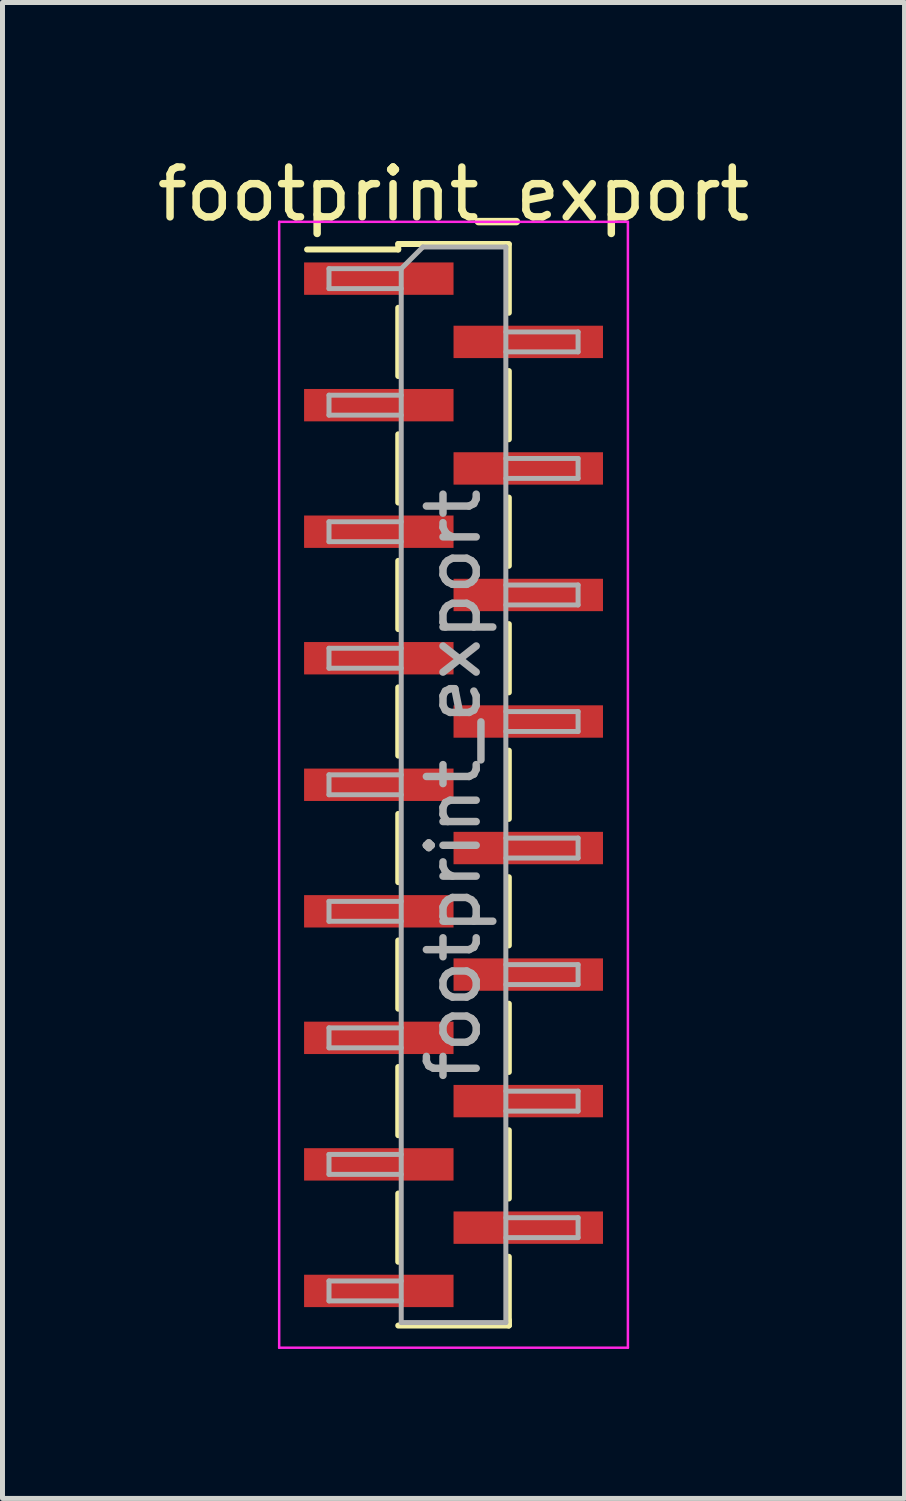
<source format=kicad_pcb>
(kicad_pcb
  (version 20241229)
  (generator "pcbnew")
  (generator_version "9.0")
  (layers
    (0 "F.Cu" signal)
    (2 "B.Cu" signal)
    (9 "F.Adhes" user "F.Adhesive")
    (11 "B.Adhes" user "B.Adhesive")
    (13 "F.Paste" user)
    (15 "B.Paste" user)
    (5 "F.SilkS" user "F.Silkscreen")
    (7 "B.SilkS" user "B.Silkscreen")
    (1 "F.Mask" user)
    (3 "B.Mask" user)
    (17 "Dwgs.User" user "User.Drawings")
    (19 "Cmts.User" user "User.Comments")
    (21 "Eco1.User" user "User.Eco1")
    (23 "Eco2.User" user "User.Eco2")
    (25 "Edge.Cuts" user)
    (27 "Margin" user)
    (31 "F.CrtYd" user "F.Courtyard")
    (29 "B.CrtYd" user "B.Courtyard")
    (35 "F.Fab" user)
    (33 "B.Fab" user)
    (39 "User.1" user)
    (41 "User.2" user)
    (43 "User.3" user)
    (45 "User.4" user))
  (footprint "footprint_export"
    (layer "F.Cu")
    (at 6.054 12.703)
    (property "Reference" "footprint_export" (at 0 -11.855 0) (layer "F.SilkS") (effects (font (size 1 1) (thickness 0.15))))
    (attr smd)
    (fp_line (start -1.11 -10.855) (end -1.11 -10.745) (stroke (width 0.12) (type solid)) (layer "F.SilkS"))
    (fp_line (start -1.11 -10.855) (end 1.11 -10.855) (stroke (width 0.12) (type solid)) (layer "F.SilkS"))
    (fp_line (start -1.11 -10.745) (end -2.94 -10.745) (stroke (width 0.12) (type solid)) (layer "F.SilkS"))
    (fp_line (start -1.11 -9.575) (end -1.11 -8.205) (stroke (width 0.12) (type solid)) (layer "F.SilkS"))
    (fp_line (start -1.11 -7.035) (end -1.11 -5.665) (stroke (width 0.12) (type solid)) (layer "F.SilkS"))
    (fp_line (start -1.11 -4.495) (end -1.11 -3.125) (stroke (width 0.12) (type solid)) (layer "F.SilkS"))
    (fp_line (start -1.11 -1.955) (end -1.11 -0.585) (stroke (width 0.12) (type solid)) (layer "F.SilkS"))
    (fp_line (start -1.11 0.585) (end -1.11 1.955) (stroke (width 0.12) (type solid)) (layer "F.SilkS"))
    (fp_line (start -1.11 3.125) (end -1.11 4.495) (stroke (width 0.12) (type solid)) (layer "F.SilkS"))
    (fp_line (start -1.11 5.665) (end -1.11 7.035) (stroke (width 0.12) (type solid)) (layer "F.SilkS"))
    (fp_line (start -1.11 8.205) (end -1.11 9.575) (stroke (width 0.12) (type solid)) (layer "F.SilkS"))
    (fp_line (start -1.11 10.855) (end 1.11 10.855) (stroke (width 0.12) (type solid)) (layer "F.SilkS"))
    (fp_line (start 1.11 -10.845) (end 1.11 -9.475) (stroke (width 0.12) (type solid)) (layer "F.SilkS"))
    (fp_line (start 1.11 -8.305) (end 1.11 -6.935) (stroke (width 0.12) (type solid)) (layer "F.SilkS"))
    (fp_line (start 1.11 -5.765) (end 1.11 -4.395) (stroke (width 0.12) (type solid)) (layer "F.SilkS"))
    (fp_line (start 1.11 -3.225) (end 1.11 -1.855) (stroke (width 0.12) (type solid)) (layer "F.SilkS"))
    (fp_line (start 1.11 -0.685) (end 1.11 0.685) (stroke (width 0.12) (type solid)) (layer "F.SilkS"))
    (fp_line (start 1.11 1.855) (end 1.11 3.225) (stroke (width 0.12) (type solid)) (layer "F.SilkS"))
    (fp_line (start 1.11 4.395) (end 1.11 5.765) (stroke (width 0.12) (type solid)) (layer "F.SilkS"))
    (fp_line (start 1.11 6.935) (end 1.11 8.305) (stroke (width 0.12) (type solid)) (layer "F.SilkS"))
    (fp_line (start 1.11 9.475) (end 1.11 10.845) (stroke (width 0.12) (type solid)) (layer "F.SilkS"))
    (fp_line (start 1.11 10.745) (end 1.11 10.855) (stroke (width 0.12) (type solid)) (layer "F.SilkS"))
    (fp_line (start -3.5 -11.3) (end -3.5 11.3) (stroke (width 0.05) (type solid)) (layer "F.CrtYd"))
    (fp_line (start -3.5 11.3) (end 3.5 11.3) (stroke (width 0.05) (type solid)) (layer "F.CrtYd"))
    (fp_line (start 3.5 -11.3) (end -3.5 -11.3) (stroke (width 0.05) (type solid)) (layer "F.CrtYd"))
    (fp_line (start 3.5 11.3) (end 3.5 -11.3) (stroke (width 0.05) (type solid)) (layer "F.CrtYd"))
    (fp_line (start -2.5 -10.36) (end -2.5 -9.96) (stroke (width 0.1) (type solid)) (layer "F.Fab"))
    (fp_line (start -2.5 -9.96) (end -1.05 -9.96) (stroke (width 0.1) (type solid)) (layer "F.Fab"))
    (fp_line (start -2.5 -7.82) (end -2.5 -7.42) (stroke (width 0.1) (type solid)) (layer "F.Fab"))
    (fp_line (start -2.5 -7.42) (end -1.05 -7.42) (stroke (width 0.1) (type solid)) (layer "F.Fab"))
    (fp_line (start -2.5 -5.28) (end -2.5 -4.88) (stroke (width 0.1) (type solid)) (layer "F.Fab"))
    (fp_line (start -2.5 -4.88) (end -1.05 -4.88) (stroke (width 0.1) (type solid)) (layer "F.Fab"))
    (fp_line (start -2.5 -2.74) (end -2.5 -2.34) (stroke (width 0.1) (type solid)) (layer "F.Fab"))
    (fp_line (start -2.5 -2.34) (end -1.05 -2.34) (stroke (width 0.1) (type solid)) (layer "F.Fab"))
    (fp_line (start -2.5 -0.2) (end -2.5 0.2) (stroke (width 0.1) (type solid)) (layer "F.Fab"))
    (fp_line (start -2.5 0.2) (end -1.05 0.2) (stroke (width 0.1) (type solid)) (layer "F.Fab"))
    (fp_line (start -2.5 2.34) (end -2.5 2.74) (stroke (width 0.1) (type solid)) (layer "F.Fab"))
    (fp_line (start -2.5 2.74) (end -1.05 2.74) (stroke (width 0.1) (type solid)) (layer "F.Fab"))
    (fp_line (start -2.5 4.88) (end -2.5 5.28) (stroke (width 0.1) (type solid)) (layer "F.Fab"))
    (fp_line (start -2.5 5.28) (end -1.05 5.28) (stroke (width 0.1) (type solid)) (layer "F.Fab"))
    (fp_line (start -2.5 7.42) (end -2.5 7.82) (stroke (width 0.1) (type solid)) (layer "F.Fab"))
    (fp_line (start -2.5 7.82) (end -1.05 7.82) (stroke (width 0.1) (type solid)) (layer "F.Fab"))
    (fp_line (start -2.5 9.96) (end -2.5 10.36) (stroke (width 0.1) (type solid)) (layer "F.Fab"))
    (fp_line (start -2.5 10.36) (end -1.05 10.36) (stroke (width 0.1) (type solid)) (layer "F.Fab"))
    (fp_line (start -1.05 -10.36) (end -2.5 -10.36) (stroke (width 0.1) (type solid)) (layer "F.Fab"))
    (fp_line (start -1.05 -10.36) (end -0.615 -10.795) (stroke (width 0.1) (type solid)) (layer "F.Fab"))
    (fp_line (start -1.05 -7.82) (end -2.5 -7.82) (stroke (width 0.1) (type solid)) (layer "F.Fab"))
    (fp_line (start -1.05 -5.28) (end -2.5 -5.28) (stroke (width 0.1) (type solid)) (layer "F.Fab"))
    (fp_line (start -1.05 -2.74) (end -2.5 -2.74) (stroke (width 0.1) (type solid)) (layer "F.Fab"))
    (fp_line (start -1.05 -0.2) (end -2.5 -0.2) (stroke (width 0.1) (type solid)) (layer "F.Fab"))
    (fp_line (start -1.05 2.34) (end -2.5 2.34) (stroke (width 0.1) (type solid)) (layer "F.Fab"))
    (fp_line (start -1.05 4.88) (end -2.5 4.88) (stroke (width 0.1) (type solid)) (layer "F.Fab"))
    (fp_line (start -1.05 7.42) (end -2.5 7.42) (stroke (width 0.1) (type solid)) (layer "F.Fab"))
    (fp_line (start -1.05 9.96) (end -2.5 9.96) (stroke (width 0.1) (type solid)) (layer "F.Fab"))
    (fp_line (start -1.05 10.795) (end -1.05 -10.36) (stroke (width 0.1) (type solid)) (layer "F.Fab"))
    (fp_line (start -0.615 -10.795) (end 1.05 -10.795) (stroke (width 0.1) (type solid)) (layer "F.Fab"))
    (fp_line (start 1.05 -10.795) (end 1.05 10.795) (stroke (width 0.1) (type solid)) (layer "F.Fab"))
    (fp_line (start 1.05 -9.09) (end 2.5 -9.09) (stroke (width 0.1) (type solid)) (layer "F.Fab"))
    (fp_line (start 1.05 -6.55) (end 2.5 -6.55) (stroke (width 0.1) (type solid)) (layer "F.Fab"))
    (fp_line (start 1.05 -4.01) (end 2.5 -4.01) (stroke (width 0.1) (type solid)) (layer "F.Fab"))
    (fp_line (start 1.05 -1.47) (end 2.5 -1.47) (stroke (width 0.1) (type solid)) (layer "F.Fab"))
    (fp_line (start 1.05 1.07) (end 2.5 1.07) (stroke (width 0.1) (type solid)) (layer "F.Fab"))
    (fp_line (start 1.05 3.61) (end 2.5 3.61) (stroke (width 0.1) (type solid)) (layer "F.Fab"))
    (fp_line (start 1.05 6.15) (end 2.5 6.15) (stroke (width 0.1) (type solid)) (layer "F.Fab"))
    (fp_line (start 1.05 8.69) (end 2.5 8.69) (stroke (width 0.1) (type solid)) (layer "F.Fab"))
    (fp_line (start 1.05 10.795) (end -1.05 10.795) (stroke (width 0.1) (type solid)) (layer "F.Fab"))
    (fp_line (start 2.5 -9.09) (end 2.5 -8.69) (stroke (width 0.1) (type solid)) (layer "F.Fab"))
    (fp_line (start 2.5 -8.69) (end 1.05 -8.69) (stroke (width 0.1) (type solid)) (layer "F.Fab"))
    (fp_line (start 2.5 -6.55) (end 2.5 -6.15) (stroke (width 0.1) (type solid)) (layer "F.Fab"))
    (fp_line (start 2.5 -6.15) (end 1.05 -6.15) (stroke (width 0.1) (type solid)) (layer "F.Fab"))
    (fp_line (start 2.5 -4.01) (end 2.5 -3.61) (stroke (width 0.1) (type solid)) (layer "F.Fab"))
    (fp_line (start 2.5 -3.61) (end 1.05 -3.61) (stroke (width 0.1) (type solid)) (layer "F.Fab"))
    (fp_line (start 2.5 -1.47) (end 2.5 -1.07) (stroke (width 0.1) (type solid)) (layer "F.Fab"))
    (fp_line (start 2.5 -1.07) (end 1.05 -1.07) (stroke (width 0.1) (type solid)) (layer "F.Fab"))
    (fp_line (start 2.5 1.07) (end 2.5 1.47) (stroke (width 0.1) (type solid)) (layer "F.Fab"))
    (fp_line (start 2.5 1.47) (end 1.05 1.47) (stroke (width 0.1) (type solid)) (layer "F.Fab"))
    (fp_line (start 2.5 3.61) (end 2.5 4.01) (stroke (width 0.1) (type solid)) (layer "F.Fab"))
    (fp_line (start 2.5 4.01) (end 1.05 4.01) (stroke (width 0.1) (type solid)) (layer "F.Fab"))
    (fp_line (start 2.5 6.15) (end 2.5 6.55) (stroke (width 0.1) (type solid)) (layer "F.Fab"))
    (fp_line (start 2.5 6.55) (end 1.05 6.55) (stroke (width 0.1) (type solid)) (layer "F.Fab"))
    (fp_line (start 2.5 8.69) (end 2.5 9.09) (stroke (width 0.1) (type solid)) (layer "F.Fab"))
    (fp_line (start 2.5 9.09) (end 1.05 9.09) (stroke (width 0.1) (type solid)) (layer "F.Fab"))
    (fp_text user "${REFERENCE}" (at 0 0 90) (layer "F.Fab") (effects (font (size 1 1) (thickness 0.15))))
    (pad "1" smd rect (at -1.5 -10.16) (size 3 0.65) (layers "F.Cu" "F.Mask" "F.Paste"))
    (pad "2" smd rect (at 1.5 -8.89) (size 3 0.65) (layers "F.Cu" "F.Mask" "F.Paste"))
    (pad "3" smd rect (at -1.5 -7.62) (size 3 0.65) (layers "F.Cu" "F.Mask" "F.Paste"))
    (pad "4" smd rect (at 1.5 -6.35) (size 3 0.65) (layers "F.Cu" "F.Mask" "F.Paste"))
    (pad "5" smd rect (at -1.5 -5.08) (size 3 0.65) (layers "F.Cu" "F.Mask" "F.Paste"))
    (pad "6" smd rect (at 1.5 -3.81) (size 3 0.65) (layers "F.Cu" "F.Mask" "F.Paste"))
    (pad "7" smd rect (at -1.5 -2.54) (size 3 0.65) (layers "F.Cu" "F.Mask" "F.Paste"))
    (pad "8" smd rect (at 1.5 -1.27) (size 3 0.65) (layers "F.Cu" "F.Mask" "F.Paste"))
    (pad "9" smd rect (at -1.5 0) (size 3 0.65) (layers "F.Cu" "F.Mask" "F.Paste"))
    (pad "10" smd rect (at 1.5 1.27) (size 3 0.65) (layers "F.Cu" "F.Mask" "F.Paste"))
    (pad "11" smd rect (at -1.5 2.54) (size 3 0.65) (layers "F.Cu" "F.Mask" "F.Paste"))
    (pad "12" smd rect (at 1.5 3.81) (size 3 0.65) (layers "F.Cu" "F.Mask" "F.Paste"))
    (pad "13" smd rect (at -1.5 5.08) (size 3 0.65) (layers "F.Cu" "F.Mask" "F.Paste"))
    (pad "14" smd rect (at 1.5 6.35) (size 3 0.65) (layers "F.Cu" "F.Mask" "F.Paste"))
    (pad "15" smd rect (at -1.5 7.62) (size 3 0.65) (layers "F.Cu" "F.Mask" "F.Paste"))
    (pad "16" smd rect (at 1.5 8.89) (size 3 0.65) (layers "F.Cu" "F.Mask" "F.Paste"))
    (pad "17" smd rect (at -1.5 10.16) (size 3 0.65) (layers "F.Cu" "F.Mask" "F.Paste")))
  (gr_rect
    (start -3 -3)
    (end 15.107 27.028)
    (stroke (width 0.1) (type default))
    (fill no)
    (layer "Edge.Cuts")))
</source>
